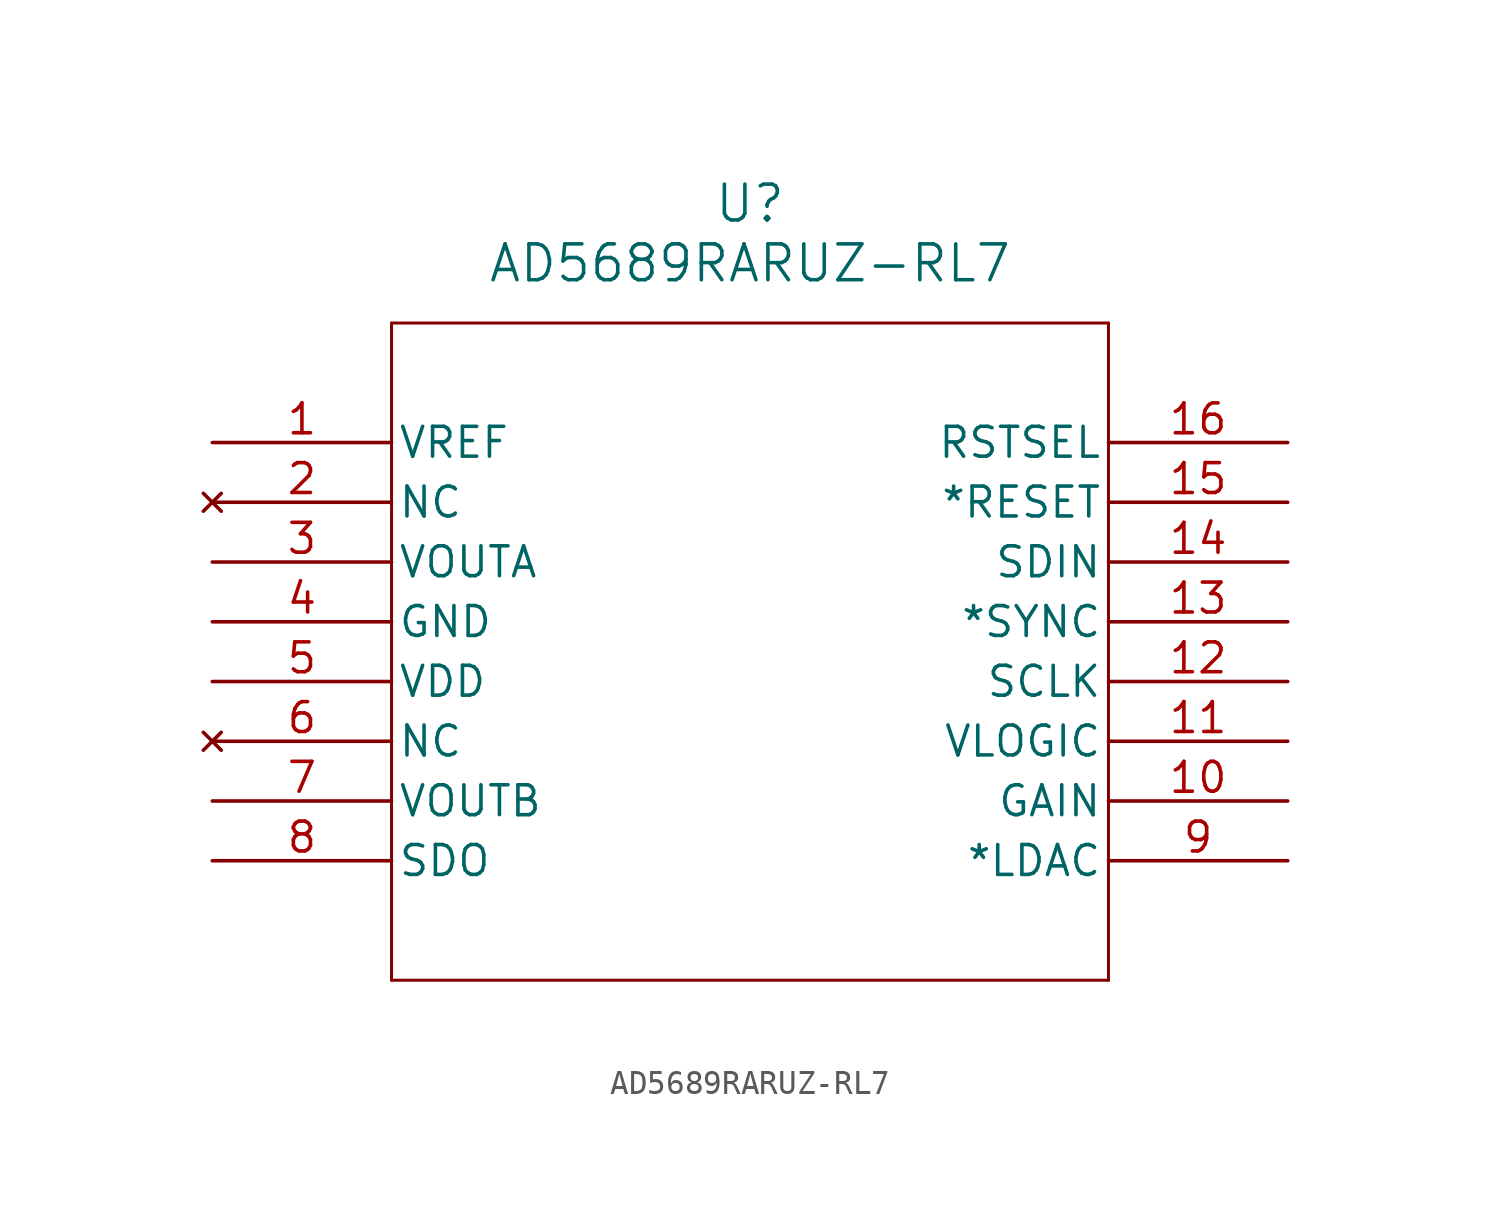
<source format=kicad_sym>
(kicad_symbol_lib
  (version 20241209)
  (generator "kicad_symbol_editor")
  (generator_version "9.0")
  (symbol "AD5689RARUZ-RL7"
    (pin_names
      (offset 0.254))
    (property "Reference" "U"
      (at 22.86 10.16 0)
      (effects (font (size 1.524 1.524))))
    (property "Value" "AD5689RARUZ-RL7"
      (at 22.86 7.62 0)
      (effects (font (size 1.524 1.524))))
    (property "ki_locked" ""
      (at 0 0 0)
      (effects (font (size 1.27 1.27))))
    (symbol "AD5689RARUZ-RL7_0_1"
      (polyline (pts (xy 7.62 5.08) (xy 7.62 -22.86)) (stroke (width 0.127) (type default)) (fill (type none)))
      (polyline (pts (xy 7.62 -22.86) (xy 38.1 -22.86)) (stroke (width 0.127) (type default)) (fill (type none)))
      (polyline (pts (xy 38.1 5.08) (xy 7.62 5.08)) (stroke (width 0.127) (type default)) (fill (type none)))
      (polyline (pts (xy 38.1 -22.86) (xy 38.1 5.08)) (stroke (width 0.127) (type default)) (fill (type none)))
      (pin input line (at 0 0 0) (length 7.62) (name "VREF" (effects (font (size 1.27 1.27)))) (number "1" (effects (font (size 1.27 1.27)))))
      (pin no_connect line (at 0 -2.54 0) (length 7.62) (name "NC" (effects (font (size 1.27 1.27)))) (number "2" (effects (font (size 1.27 1.27)))))
      (pin output line (at 0 -5.08 0) (length 7.62) (name "VOUTA" (effects (font (size 1.27 1.27)))) (number "3" (effects (font (size 1.27 1.27)))))
      (pin power_in line (at 0 -7.62 0) (length 7.62) (name "GND" (effects (font (size 1.27 1.27)))) (number "4" (effects (font (size 1.27 1.27)))))
      (pin power_in line (at 0 -10.16 0) (length 7.62) (name "VDD" (effects (font (size 1.27 1.27)))) (number "5" (effects (font (size 1.27 1.27)))))
      (pin no_connect line (at 0 -12.7 0) (length 7.62) (name "NC" (effects (font (size 1.27 1.27)))) (number "6" (effects (font (size 1.27 1.27)))))
      (pin output line (at 0 -15.24 0) (length 7.62) (name "VOUTB" (effects (font (size 1.27 1.27)))) (number "7" (effects (font (size 1.27 1.27)))))
      (pin output line (at 0 -17.78 0) (length 7.62) (name "SDO" (effects (font (size 1.27 1.27)))) (number "8" (effects (font (size 1.27 1.27)))))
      (pin unspecified line (at 45.72 0 180) (length 7.62) (name "RSTSEL" (effects (font (size 1.27 1.27)))) (number "16" (effects (font (size 1.27 1.27)))))
      (pin input line (at 45.72 -2.54 180) (length 7.62) (name "*RESET" (effects (font (size 1.27 1.27)))) (number "15" (effects (font (size 1.27 1.27)))))
      (pin input line (at 45.72 -5.08 180) (length 7.62) (name "SDIN" (effects (font (size 1.27 1.27)))) (number "14" (effects (font (size 1.27 1.27)))))
      (pin input line (at 45.72 -7.62 180) (length 7.62) (name "*SYNC" (effects (font (size 1.27 1.27)))) (number "13" (effects (font (size 1.27 1.27)))))
      (pin input line (at 45.72 -10.16 180) (length 7.62) (name "SCLK" (effects (font (size 1.27 1.27)))) (number "12" (effects (font (size 1.27 1.27)))))
      (pin power_in line (at 45.72 -12.7 180) (length 7.62) (name "VLOGIC" (effects (font (size 1.27 1.27)))) (number "11" (effects (font (size 1.27 1.27)))))
      (pin output line (at 45.72 -15.24 180) (length 7.62) (name "GAIN" (effects (font (size 1.27 1.27)))) (number "10" (effects (font (size 1.27 1.27)))))
      (pin input line (at 45.72 -17.78 180) (length 7.62) (name "*LDAC" (effects (font (size 1.27 1.27)))) (number "9" (effects (font (size 1.27 1.27))))))))
</source>
